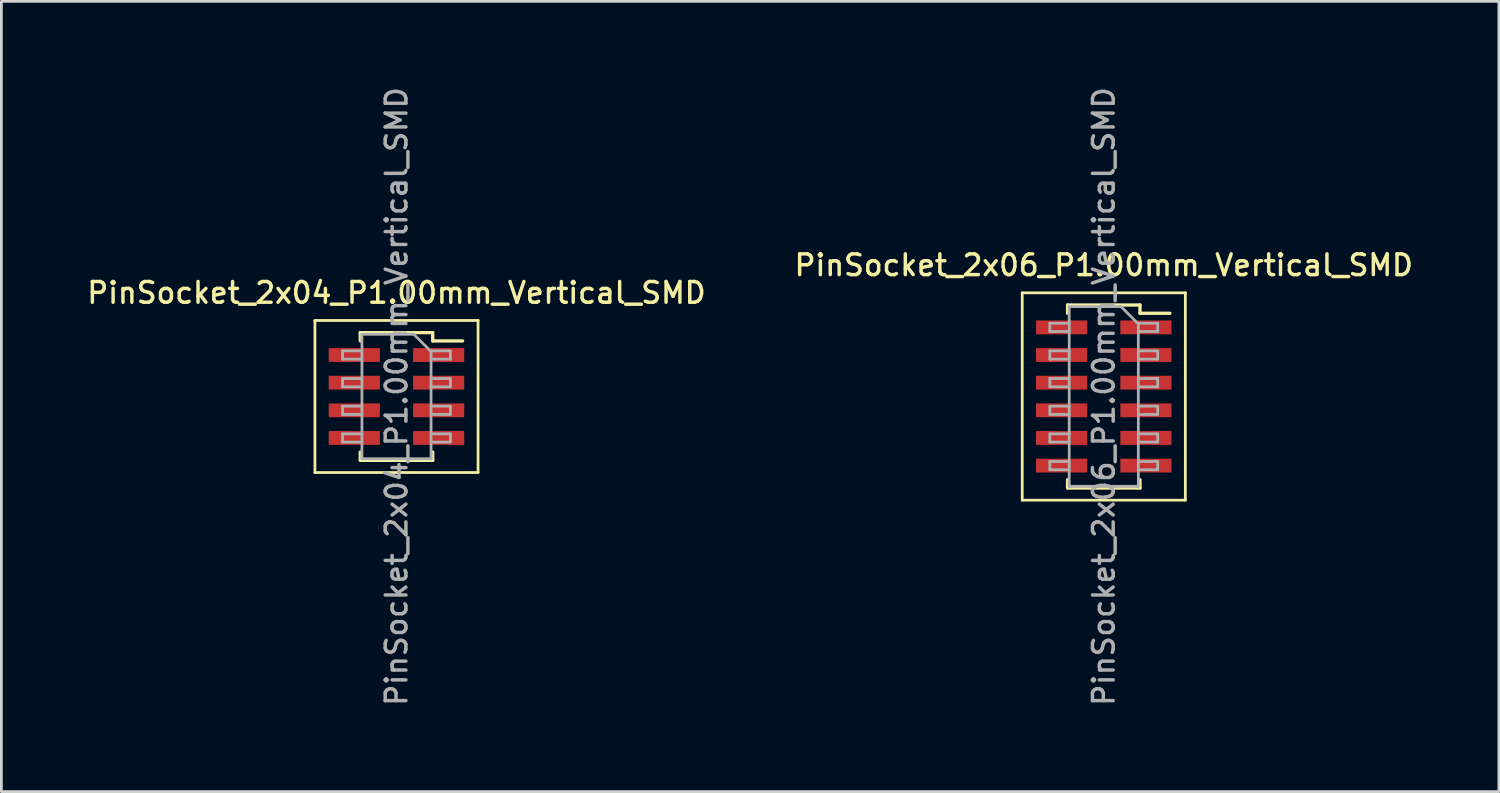
<source format=kicad_pcb>
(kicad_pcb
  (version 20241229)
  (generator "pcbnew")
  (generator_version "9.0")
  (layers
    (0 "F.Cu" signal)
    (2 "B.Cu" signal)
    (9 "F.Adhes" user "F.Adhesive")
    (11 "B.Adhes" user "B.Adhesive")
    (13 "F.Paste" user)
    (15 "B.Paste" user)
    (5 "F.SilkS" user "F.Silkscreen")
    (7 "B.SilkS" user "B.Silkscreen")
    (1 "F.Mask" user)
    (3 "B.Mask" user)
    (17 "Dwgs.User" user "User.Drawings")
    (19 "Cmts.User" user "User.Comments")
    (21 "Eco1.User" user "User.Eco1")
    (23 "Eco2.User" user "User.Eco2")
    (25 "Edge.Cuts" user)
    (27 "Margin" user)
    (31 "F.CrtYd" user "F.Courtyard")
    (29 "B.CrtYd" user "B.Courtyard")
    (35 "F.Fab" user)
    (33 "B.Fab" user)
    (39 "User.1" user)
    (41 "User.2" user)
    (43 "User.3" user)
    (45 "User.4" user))
  (footprint "PinSocket_2x06_P1.00mm_Vertical_SMD"
    (layer "F.Cu")
    (at 36.873 11.291)
    (property "Reference" "PinSocket_2x06_P1.00mm_Vertical_SMD" (at 0 -4.75 0) (layer "F.SilkS") (effects (font (size 0.75 0.75) (thickness 0.125))))
    (attr smd)
    (fp_line (start -2.95 -3.75) (end 2.95 -3.75) (stroke (width 0.1) (type solid)) (layer "F.SilkS"))
    (fp_line (start -2.95 3.75) (end -2.95 -3.75) (stroke (width 0.1) (type solid)) (layer "F.SilkS"))
    (fp_line (start -1.31 -3.31) (end -1.31 -3.01) (stroke (width 0.12) (type solid)) (layer "F.SilkS"))
    (fp_line (start -1.31 -3.31) (end 1.31 -3.31) (stroke (width 0.12) (type solid)) (layer "F.SilkS"))
    (fp_line (start -1.31 3.01) (end -1.31 3.31) (stroke (width 0.12) (type solid)) (layer "F.SilkS"))
    (fp_line (start -1.31 3.31) (end 1.31 3.31) (stroke (width 0.12) (type solid)) (layer "F.SilkS"))
    (fp_line (start 1.31 -3.31) (end 1.31 -3.01) (stroke (width 0.12) (type solid)) (layer "F.SilkS"))
    (fp_line (start 1.31 -3.01) (end 2.39 -3.01) (stroke (width 0.12) (type solid)) (layer "F.SilkS"))
    (fp_line (start 1.31 3.01) (end 1.31 3.31) (stroke (width 0.12) (type solid)) (layer "F.SilkS"))
    (fp_line (start 2.95 -3.75) (end 2.95 3.75) (stroke (width 0.1) (type solid)) (layer "F.SilkS"))
    (fp_line (start 2.95 3.75) (end -2.95 3.75) (stroke (width 0.1) (type solid)) (layer "F.SilkS"))
    (fp_line (start -1.95 -2.65) (end -1.25 -2.65) (stroke (width 0.1) (type solid)) (layer "F.Fab"))
    (fp_line (start -1.95 -2.35) (end -1.95 -2.65) (stroke (width 0.1) (type solid)) (layer "F.Fab"))
    (fp_line (start -1.95 -1.65) (end -1.25 -1.65) (stroke (width 0.1) (type solid)) (layer "F.Fab"))
    (fp_line (start -1.95 -1.35) (end -1.95 -1.65) (stroke (width 0.1) (type solid)) (layer "F.Fab"))
    (fp_line (start -1.95 -0.65) (end -1.25 -0.65) (stroke (width 0.1) (type solid)) (layer "F.Fab"))
    (fp_line (start -1.95 -0.35) (end -1.95 -0.65) (stroke (width 0.1) (type solid)) (layer "F.Fab"))
    (fp_line (start -1.95 0.35) (end -1.25 0.35) (stroke (width 0.1) (type solid)) (layer "F.Fab"))
    (fp_line (start -1.95 0.65) (end -1.95 0.35) (stroke (width 0.1) (type solid)) (layer "F.Fab"))
    (fp_line (start -1.95 1.35) (end -1.25 1.35) (stroke (width 0.1) (type solid)) (layer "F.Fab"))
    (fp_line (start -1.95 1.65) (end -1.95 1.35) (stroke (width 0.1) (type solid)) (layer "F.Fab"))
    (fp_line (start -1.95 2.35) (end -1.25 2.35) (stroke (width 0.1) (type solid)) (layer "F.Fab"))
    (fp_line (start -1.95 2.65) (end -1.95 2.35) (stroke (width 0.1) (type solid)) (layer "F.Fab"))
    (fp_line (start -1.25 -3.25) (end 0.625 -3.25) (stroke (width 0.1) (type solid)) (layer "F.Fab"))
    (fp_line (start -1.25 -2.35) (end -1.95 -2.35) (stroke (width 0.1) (type solid)) (layer "F.Fab"))
    (fp_line (start -1.25 -1.35) (end -1.95 -1.35) (stroke (width 0.1) (type solid)) (layer "F.Fab"))
    (fp_line (start -1.25 -0.35) (end -1.95 -0.35) (stroke (width 0.1) (type solid)) (layer "F.Fab"))
    (fp_line (start -1.25 0.65) (end -1.95 0.65) (stroke (width 0.1) (type solid)) (layer "F.Fab"))
    (fp_line (start -1.25 1.65) (end -1.95 1.65) (stroke (width 0.1) (type solid)) (layer "F.Fab"))
    (fp_line (start -1.25 2.65) (end -1.95 2.65) (stroke (width 0.1) (type solid)) (layer "F.Fab"))
    (fp_line (start -1.25 3.25) (end -1.25 -3.25) (stroke (width 0.1) (type solid)) (layer "F.Fab"))
    (fp_line (start 0.625 -3.25) (end 1.25 -2.625) (stroke (width 0.1) (type solid)) (layer "F.Fab"))
    (fp_line (start 1.25 -2.65) (end 1.95 -2.65) (stroke (width 0.1) (type solid)) (layer "F.Fab"))
    (fp_line (start 1.25 -2.625) (end 1.25 3.25) (stroke (width 0.1) (type solid)) (layer "F.Fab"))
    (fp_line (start 1.25 -1.65) (end 1.95 -1.65) (stroke (width 0.1) (type solid)) (layer "F.Fab"))
    (fp_line (start 1.25 -0.65) (end 1.95 -0.65) (stroke (width 0.1) (type solid)) (layer "F.Fab"))
    (fp_line (start 1.25 0.35) (end 1.95 0.35) (stroke (width 0.1) (type solid)) (layer "F.Fab"))
    (fp_line (start 1.25 1.35) (end 1.95 1.35) (stroke (width 0.1) (type solid)) (layer "F.Fab"))
    (fp_line (start 1.25 2.35) (end 1.95 2.35) (stroke (width 0.1) (type solid)) (layer "F.Fab"))
    (fp_line (start 1.25 3.25) (end -1.25 3.25) (stroke (width 0.1) (type solid)) (layer "F.Fab"))
    (fp_line (start 1.95 -2.65) (end 1.95 -2.35) (stroke (width 0.1) (type solid)) (layer "F.Fab"))
    (fp_line (start 1.95 -2.35) (end 1.25 -2.35) (stroke (width 0.1) (type solid)) (layer "F.Fab"))
    (fp_line (start 1.95 -1.65) (end 1.95 -1.35) (stroke (width 0.1) (type solid)) (layer "F.Fab"))
    (fp_line (start 1.95 -1.35) (end 1.25 -1.35) (stroke (width 0.1) (type solid)) (layer "F.Fab"))
    (fp_line (start 1.95 -0.65) (end 1.95 -0.35) (stroke (width 0.1) (type solid)) (layer "F.Fab"))
    (fp_line (start 1.95 -0.35) (end 1.25 -0.35) (stroke (width 0.1) (type solid)) (layer "F.Fab"))
    (fp_line (start 1.95 0.35) (end 1.95 0.65) (stroke (width 0.1) (type solid)) (layer "F.Fab"))
    (fp_line (start 1.95 0.65) (end 1.25 0.65) (stroke (width 0.1) (type solid)) (layer "F.Fab"))
    (fp_line (start 1.95 1.35) (end 1.95 1.65) (stroke (width 0.1) (type solid)) (layer "F.Fab"))
    (fp_line (start 1.95 1.65) (end 1.25 1.65) (stroke (width 0.1) (type solid)) (layer "F.Fab"))
    (fp_line (start 1.95 2.35) (end 1.95 2.65) (stroke (width 0.1) (type solid)) (layer "F.Fab"))
    (fp_line (start 1.95 2.65) (end 1.25 2.65) (stroke (width 0.1) (type solid)) (layer "F.Fab"))
    (fp_text user "${REFERENCE}" (at 0 0 90) (layer "F.Fab") (effects (font (size 0.75 0.75) (thickness 0.125))))
    (pad "1" smd rect (at 1.525 -2.5) (size 1.85 0.5) (layers "F.Cu" "F.Mask" "F.Paste"))
    (pad "2" smd rect (at -1.525 -2.5) (size 1.85 0.5) (layers "F.Cu" "F.Mask" "F.Paste"))
    (pad "3" smd rect (at 1.525 -1.5) (size 1.85 0.5) (layers "F.Cu" "F.Mask" "F.Paste"))
    (pad "4" smd rect (at -1.525 -1.5) (size 1.85 0.5) (layers "F.Cu" "F.Mask" "F.Paste"))
    (pad "5" smd rect (at 1.525 -0.5) (size 1.85 0.5) (layers "F.Cu" "F.Mask" "F.Paste"))
    (pad "6" smd rect (at -1.525 -0.5) (size 1.85 0.5) (layers "F.Cu" "F.Mask" "F.Paste"))
    (pad "7" smd rect (at 1.525 0.5) (size 1.85 0.5) (layers "F.Cu" "F.Mask" "F.Paste"))
    (pad "8" smd rect (at -1.525 0.5) (size 1.85 0.5) (layers "F.Cu" "F.Mask" "F.Paste"))
    (pad "9" smd rect (at 1.525 1.5) (size 1.85 0.5) (layers "F.Cu" "F.Mask" "F.Paste"))
    (pad "10" smd rect (at -1.525 1.5) (size 1.85 0.5) (layers "F.Cu" "F.Mask" "F.Paste"))
    (pad "11" smd rect (at 1.525 2.5) (size 1.85 0.5) (layers "F.Cu" "F.Mask" "F.Paste"))
    (pad "12" smd rect (at -1.525 2.5) (size 1.85 0.5) (layers "F.Cu" "F.Mask" "F.Paste")))
  (footprint "PinSocket_2x04_P1.00mm_Vertical_SMD"
    (layer "F.Cu")
    (at 11.291 11.291)
    (property "Reference" "PinSocket_2x04_P1.00mm_Vertical_SMD" (at 0 -3.75 0) (layer "F.SilkS") (effects (font (size 0.75 0.75) (thickness 0.125))))
    (attr smd)
    (fp_line (start -2.95 -2.75) (end 2.95 -2.75) (stroke (width 0.1) (type solid)) (layer "F.SilkS"))
    (fp_line (start -2.95 2.75) (end -2.95 -2.75) (stroke (width 0.1) (type solid)) (layer "F.SilkS"))
    (fp_line (start -1.31 -2.31) (end -1.31 -2.01) (stroke (width 0.12) (type solid)) (layer "F.SilkS"))
    (fp_line (start -1.31 -2.31) (end 1.31 -2.31) (stroke (width 0.12) (type solid)) (layer "F.SilkS"))
    (fp_line (start -1.31 2.01) (end -1.31 2.31) (stroke (width 0.12) (type solid)) (layer "F.SilkS"))
    (fp_line (start -1.31 2.31) (end 1.31 2.31) (stroke (width 0.12) (type solid)) (layer "F.SilkS"))
    (fp_line (start 1.31 -2.31) (end 1.31 -2.01) (stroke (width 0.12) (type solid)) (layer "F.SilkS"))
    (fp_line (start 1.31 -2.01) (end 2.39 -2.01) (stroke (width 0.12) (type solid)) (layer "F.SilkS"))
    (fp_line (start 1.31 2.01) (end 1.31 2.31) (stroke (width 0.12) (type solid)) (layer "F.SilkS"))
    (fp_line (start 2.95 -2.75) (end 2.95 2.75) (stroke (width 0.1) (type solid)) (layer "F.SilkS"))
    (fp_line (start 2.95 2.75) (end -2.95 2.75) (stroke (width 0.1) (type solid)) (layer "F.SilkS"))
    (fp_line (start -1.95 -1.65) (end -1.25 -1.65) (stroke (width 0.1) (type solid)) (layer "F.Fab"))
    (fp_line (start -1.95 -1.35) (end -1.95 -1.65) (stroke (width 0.1) (type solid)) (layer "F.Fab"))
    (fp_line (start -1.95 -0.65) (end -1.25 -0.65) (stroke (width 0.1) (type solid)) (layer "F.Fab"))
    (fp_line (start -1.95 -0.35) (end -1.95 -0.65) (stroke (width 0.1) (type solid)) (layer "F.Fab"))
    (fp_line (start -1.95 0.35) (end -1.25 0.35) (stroke (width 0.1) (type solid)) (layer "F.Fab"))
    (fp_line (start -1.95 0.65) (end -1.95 0.35) (stroke (width 0.1) (type solid)) (layer "F.Fab"))
    (fp_line (start -1.95 1.35) (end -1.25 1.35) (stroke (width 0.1) (type solid)) (layer "F.Fab"))
    (fp_line (start -1.95 1.65) (end -1.95 1.35) (stroke (width 0.1) (type solid)) (layer "F.Fab"))
    (fp_line (start -1.25 -2.25) (end 0.625 -2.25) (stroke (width 0.1) (type solid)) (layer "F.Fab"))
    (fp_line (start -1.25 -1.35) (end -1.95 -1.35) (stroke (width 0.1) (type solid)) (layer "F.Fab"))
    (fp_line (start -1.25 -0.35) (end -1.95 -0.35) (stroke (width 0.1) (type solid)) (layer "F.Fab"))
    (fp_line (start -1.25 0.65) (end -1.95 0.65) (stroke (width 0.1) (type solid)) (layer "F.Fab"))
    (fp_line (start -1.25 1.65) (end -1.95 1.65) (stroke (width 0.1) (type solid)) (layer "F.Fab"))
    (fp_line (start -1.25 2.25) (end -1.25 -2.25) (stroke (width 0.1) (type solid)) (layer "F.Fab"))
    (fp_line (start 0.625 -2.25) (end 1.25 -1.625) (stroke (width 0.1) (type solid)) (layer "F.Fab"))
    (fp_line (start 1.25 -1.65) (end 1.95 -1.65) (stroke (width 0.1) (type solid)) (layer "F.Fab"))
    (fp_line (start 1.25 -1.625) (end 1.25 2.25) (stroke (width 0.1) (type solid)) (layer "F.Fab"))
    (fp_line (start 1.25 -0.65) (end 1.95 -0.65) (stroke (width 0.1) (type solid)) (layer "F.Fab"))
    (fp_line (start 1.25 0.35) (end 1.95 0.35) (stroke (width 0.1) (type solid)) (layer "F.Fab"))
    (fp_line (start 1.25 1.35) (end 1.95 1.35) (stroke (width 0.1) (type solid)) (layer "F.Fab"))
    (fp_line (start 1.25 2.25) (end -1.25 2.25) (stroke (width 0.1) (type solid)) (layer "F.Fab"))
    (fp_line (start 1.95 -1.65) (end 1.95 -1.35) (stroke (width 0.1) (type solid)) (layer "F.Fab"))
    (fp_line (start 1.95 -1.35) (end 1.25 -1.35) (stroke (width 0.1) (type solid)) (layer "F.Fab"))
    (fp_line (start 1.95 -0.65) (end 1.95 -0.35) (stroke (width 0.1) (type solid)) (layer "F.Fab"))
    (fp_line (start 1.95 -0.35) (end 1.25 -0.35) (stroke (width 0.1) (type solid)) (layer "F.Fab"))
    (fp_line (start 1.95 0.35) (end 1.95 0.65) (stroke (width 0.1) (type solid)) (layer "F.Fab"))
    (fp_line (start 1.95 0.65) (end 1.25 0.65) (stroke (width 0.1) (type solid)) (layer "F.Fab"))
    (fp_line (start 1.95 1.35) (end 1.95 1.65) (stroke (width 0.1) (type solid)) (layer "F.Fab"))
    (fp_line (start 1.95 1.65) (end 1.25 1.65) (stroke (width 0.1) (type solid)) (layer "F.Fab"))
    (fp_text user "${REFERENCE}" (at 0 0 90) (layer "F.Fab") (effects (font (size 0.75 0.75) (thickness 0.125))))
    (pad "1" smd rect (at 1.525 -1.5) (size 1.85 0.5) (layers "F.Cu" "F.Mask" "F.Paste"))
    (pad "2" smd rect (at -1.525 -1.5) (size 1.85 0.5) (layers "F.Cu" "F.Mask" "F.Paste"))
    (pad "3" smd rect (at 1.525 -0.5) (size 1.85 0.5) (layers "F.Cu" "F.Mask" "F.Paste"))
    (pad "4" smd rect (at -1.525 -0.5) (size 1.85 0.5) (layers "F.Cu" "F.Mask" "F.Paste"))
    (pad "5" smd rect (at 1.525 0.5) (size 1.85 0.5) (layers "F.Cu" "F.Mask" "F.Paste"))
    (pad "6" smd rect (at -1.525 0.5) (size 1.85 0.5) (layers "F.Cu" "F.Mask" "F.Paste"))
    (pad "7" smd rect (at 1.525 1.5) (size 1.85 0.5) (layers "F.Cu" "F.Mask" "F.Paste"))
    (pad "8" smd rect (at -1.525 1.5) (size 1.85 0.5) (layers "F.Cu" "F.Mask" "F.Paste")))
  (gr_rect
    (start -3 -3)
    (end 51.164 25.582)
    (stroke (width 0.1) (type default))
    (fill no)
    (layer "Edge.Cuts")))
</source>
